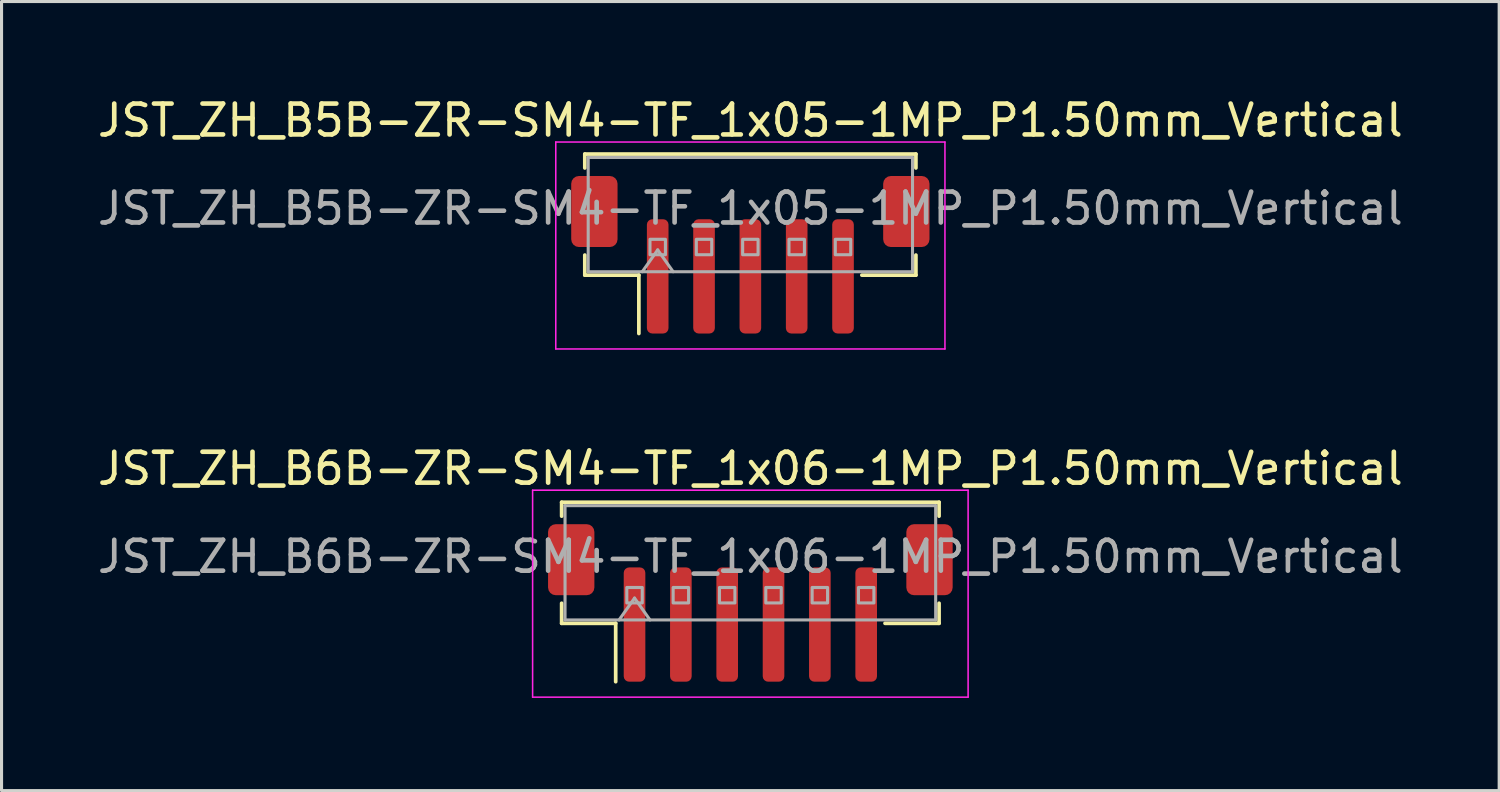
<source format=kicad_pcb>
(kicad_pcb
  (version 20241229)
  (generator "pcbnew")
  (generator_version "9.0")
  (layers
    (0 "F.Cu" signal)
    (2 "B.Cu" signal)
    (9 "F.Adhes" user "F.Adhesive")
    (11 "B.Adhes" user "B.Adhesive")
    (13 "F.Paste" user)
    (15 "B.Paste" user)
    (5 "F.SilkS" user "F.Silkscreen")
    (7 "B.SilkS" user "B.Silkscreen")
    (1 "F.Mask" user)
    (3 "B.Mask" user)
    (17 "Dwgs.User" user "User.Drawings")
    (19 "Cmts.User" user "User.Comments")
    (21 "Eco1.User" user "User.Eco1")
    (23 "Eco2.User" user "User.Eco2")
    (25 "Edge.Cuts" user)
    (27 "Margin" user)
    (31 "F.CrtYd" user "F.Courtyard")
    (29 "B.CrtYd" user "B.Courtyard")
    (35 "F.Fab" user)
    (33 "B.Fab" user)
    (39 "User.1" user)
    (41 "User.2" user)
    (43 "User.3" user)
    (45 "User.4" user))
  (footprint "JST_ZH_B6B-ZR-SM4-TF_1x06-1MP_P1.50mm_Vertical"
    (layer "F.Cu")
    (at 21.244 16.471)
    (property "Reference" "JST_ZH_B6B-ZR-SM4-TF_1x06-1MP_P1.50mm_Vertical" (at 0 -4.35 0) (layer "F.SilkS") (effects (font (size 1 1) (thickness 0.15))))
    (attr smd)
    (fp_line (start -6.11 -3.26) (end 6.11 -3.26) (stroke (width 0.12) (type solid)) (layer "F.SilkS"))
    (fp_line (start -6.11 -2.81) (end -6.11 -3.26) (stroke (width 0.12) (type solid)) (layer "F.SilkS"))
    (fp_line (start -6.11 0.01) (end -6.11 0.66) (stroke (width 0.12) (type solid)) (layer "F.SilkS"))
    (fp_line (start -6.11 0.66) (end -4.36 0.66) (stroke (width 0.12) (type solid)) (layer "F.SilkS"))
    (fp_line (start -4.36 0.66) (end -4.36 2.55) (stroke (width 0.12) (type solid)) (layer "F.SilkS"))
    (fp_line (start 6.11 -3.26) (end 6.11 -2.81) (stroke (width 0.12) (type solid)) (layer "F.SilkS"))
    (fp_line (start 6.11 0.01) (end 6.11 0.66) (stroke (width 0.12) (type solid)) (layer "F.SilkS"))
    (fp_line (start 6.11 0.66) (end 4.36 0.66) (stroke (width 0.12) (type solid)) (layer "F.SilkS"))
    (fp_line (start -7.05 -3.65) (end -7.05 3.05) (stroke (width 0.05) (type solid)) (layer "F.CrtYd"))
    (fp_line (start -7.05 3.05) (end 7.05 3.05) (stroke (width 0.05) (type solid)) (layer "F.CrtYd"))
    (fp_line (start 7.05 -3.65) (end -7.05 -3.65) (stroke (width 0.05) (type solid)) (layer "F.CrtYd"))
    (fp_line (start 7.05 3.05) (end 7.05 -3.65) (stroke (width 0.05) (type solid)) (layer "F.CrtYd"))
    (fp_line (start -6 -3.15) (end 6 -3.15) (stroke (width 0.1) (type solid)) (layer "F.Fab"))
    (fp_line (start -6 0.55) (end -6 -3.15) (stroke (width 0.1) (type solid)) (layer "F.Fab"))
    (fp_line (start -6 0.55) (end 6 0.55) (stroke (width 0.1) (type solid)) (layer "F.Fab"))
    (fp_line (start -4.25 0.55) (end -3.75 -0.157) (stroke (width 0.1) (type solid)) (layer "F.Fab"))
    (fp_line (start -3.75 -0.157) (end -3.25 0.55) (stroke (width 0.1) (type solid)) (layer "F.Fab"))
    (fp_line (start 6 0.55) (end 6 -3.15) (stroke (width 0.1) (type solid)) (layer "F.Fab"))
    (fp_rect (start -4 -0.5) (end -3.5 0) (stroke (width 0.1) (type solid)) (fill no) (layer "F.Fab"))
    (fp_rect (start -2.5 -0.5) (end -2 0) (stroke (width 0.1) (type solid)) (fill no) (layer "F.Fab"))
    (fp_rect (start -1 -0.5) (end -0.5 0) (stroke (width 0.1) (type solid)) (fill no) (layer "F.Fab"))
    (fp_rect (start 0.5 -0.5) (end 1 0) (stroke (width 0.1) (type solid)) (fill no) (layer "F.Fab"))
    (fp_rect (start 2 -0.5) (end 2.5 0) (stroke (width 0.1) (type solid)) (fill no) (layer "F.Fab"))
    (fp_rect (start 3.5 -0.5) (end 4 0) (stroke (width 0.1) (type solid)) (fill no) (layer "F.Fab"))
    (fp_text user "${REFERENCE}" (at 0 -1.5 0) (layer "F.Fab") (effects (font (size 1 1) (thickness 0.15))))
    (pad "1" smd roundrect (at -3.75 0.7) (size 0.7 3.7) (layers "F.Cu" "F.Mask" "F.Paste") (roundrect_rratio 0.25))
    (pad "2" smd roundrect (at -2.25 0.7) (size 0.7 3.7) (layers "F.Cu" "F.Mask" "F.Paste") (roundrect_rratio 0.25))
    (pad "3" smd roundrect (at -0.75 0.7) (size 0.7 3.7) (layers "F.Cu" "F.Mask" "F.Paste") (roundrect_rratio 0.25))
    (pad "4" smd roundrect (at 0.75 0.7) (size 0.7 3.7) (layers "F.Cu" "F.Mask" "F.Paste") (roundrect_rratio 0.25))
    (pad "5" smd roundrect (at 2.25 0.7) (size 0.7 3.7) (layers "F.Cu" "F.Mask" "F.Paste") (roundrect_rratio 0.25))
    (pad "6" smd roundrect (at 3.75 0.7) (size 0.7 3.7) (layers "F.Cu" "F.Mask" "F.Paste") (roundrect_rratio 0.25))
    (pad "MP" smd roundrect (at -5.8 -1.4) (size 1.5 2.3) (layers "F.Cu" "F.Mask" "F.Paste") (roundrect_rratio 0.167))
    (pad "MP" smd roundrect (at 5.8 -1.4) (size 1.5 2.3) (layers "F.Cu" "F.Mask" "F.Paste") (roundrect_rratio 0.167)))
  (footprint "JST_ZH_B5B-ZR-SM4-TF_1x05-1MP_P1.50mm_Vertical"
    (layer "F.Cu")
    (at 21.244 5.198)
    (property "Reference" "JST_ZH_B5B-ZR-SM4-TF_1x05-1MP_P1.50mm_Vertical" (at 0 -4.35 0) (layer "F.SilkS") (effects (font (size 1 1) (thickness 0.15))))
    (attr smd)
    (fp_line (start -5.36 -3.26) (end 5.36 -3.26) (stroke (width 0.12) (type solid)) (layer "F.SilkS"))
    (fp_line (start -5.36 -2.81) (end -5.36 -3.26) (stroke (width 0.12) (type solid)) (layer "F.SilkS"))
    (fp_line (start -5.36 0.01) (end -5.36 0.66) (stroke (width 0.12) (type solid)) (layer "F.SilkS"))
    (fp_line (start -5.36 0.66) (end -3.61 0.66) (stroke (width 0.12) (type solid)) (layer "F.SilkS"))
    (fp_line (start -3.61 0.66) (end -3.61 2.55) (stroke (width 0.12) (type solid)) (layer "F.SilkS"))
    (fp_line (start 5.36 -3.26) (end 5.36 -2.81) (stroke (width 0.12) (type solid)) (layer "F.SilkS"))
    (fp_line (start 5.36 0.01) (end 5.36 0.66) (stroke (width 0.12) (type solid)) (layer "F.SilkS"))
    (fp_line (start 5.36 0.66) (end 3.61 0.66) (stroke (width 0.12) (type solid)) (layer "F.SilkS"))
    (fp_line (start -6.3 -3.65) (end -6.3 3.05) (stroke (width 0.05) (type solid)) (layer "F.CrtYd"))
    (fp_line (start -6.3 3.05) (end 6.3 3.05) (stroke (width 0.05) (type solid)) (layer "F.CrtYd"))
    (fp_line (start 6.3 -3.65) (end -6.3 -3.65) (stroke (width 0.05) (type solid)) (layer "F.CrtYd"))
    (fp_line (start 6.3 3.05) (end 6.3 -3.65) (stroke (width 0.05) (type solid)) (layer "F.CrtYd"))
    (fp_line (start -5.25 -3.15) (end 5.25 -3.15) (stroke (width 0.1) (type solid)) (layer "F.Fab"))
    (fp_line (start -5.25 0.55) (end -5.25 -3.15) (stroke (width 0.1) (type solid)) (layer "F.Fab"))
    (fp_line (start -5.25 0.55) (end 5.25 0.55) (stroke (width 0.1) (type solid)) (layer "F.Fab"))
    (fp_line (start -3.5 0.55) (end -3 -0.157) (stroke (width 0.1) (type solid)) (layer "F.Fab"))
    (fp_line (start -3 -0.157) (end -2.5 0.55) (stroke (width 0.1) (type solid)) (layer "F.Fab"))
    (fp_line (start 5.25 0.55) (end 5.25 -3.15) (stroke (width 0.1) (type solid)) (layer "F.Fab"))
    (fp_rect (start -3.25 -0.5) (end -2.75 0) (stroke (width 0.1) (type solid)) (fill no) (layer "F.Fab"))
    (fp_rect (start -1.75 -0.5) (end -1.25 0) (stroke (width 0.1) (type solid)) (fill no) (layer "F.Fab"))
    (fp_rect (start -0.25 -0.5) (end 0.25 0) (stroke (width 0.1) (type solid)) (fill no) (layer "F.Fab"))
    (fp_rect (start 1.25 -0.5) (end 1.75 0) (stroke (width 0.1) (type solid)) (fill no) (layer "F.Fab"))
    (fp_rect (start 2.75 -0.5) (end 3.25 0) (stroke (width 0.1) (type solid)) (fill no) (layer "F.Fab"))
    (fp_text user "${REFERENCE}" (at 0 -1.5 0) (layer "F.Fab") (effects (font (size 1 1) (thickness 0.15))))
    (pad "1" smd roundrect (at -3 0.7) (size 0.7 3.7) (layers "F.Cu" "F.Mask" "F.Paste") (roundrect_rratio 0.25))
    (pad "2" smd roundrect (at -1.5 0.7) (size 0.7 3.7) (layers "F.Cu" "F.Mask" "F.Paste") (roundrect_rratio 0.25))
    (pad "3" smd roundrect (at 0 0.7) (size 0.7 3.7) (layers "F.Cu" "F.Mask" "F.Paste") (roundrect_rratio 0.25))
    (pad "4" smd roundrect (at 1.5 0.7) (size 0.7 3.7) (layers "F.Cu" "F.Mask" "F.Paste") (roundrect_rratio 0.25))
    (pad "5" smd roundrect (at 3 0.7) (size 0.7 3.7) (layers "F.Cu" "F.Mask" "F.Paste") (roundrect_rratio 0.25))
    (pad "MP" smd roundrect (at -5.05 -1.4) (size 1.5 2.3) (layers "F.Cu" "F.Mask" "F.Paste") (roundrect_rratio 0.167))
    (pad "MP" smd roundrect (at 5.05 -1.4) (size 1.5 2.3) (layers "F.Cu" "F.Mask" "F.Paste") (roundrect_rratio 0.167)))
  (gr_rect
    (start -3 -3)
    (end 45.488 22.547)
    (stroke (width 0.1) (type default))
    (fill no)
    (layer "Edge.Cuts")))
</source>
